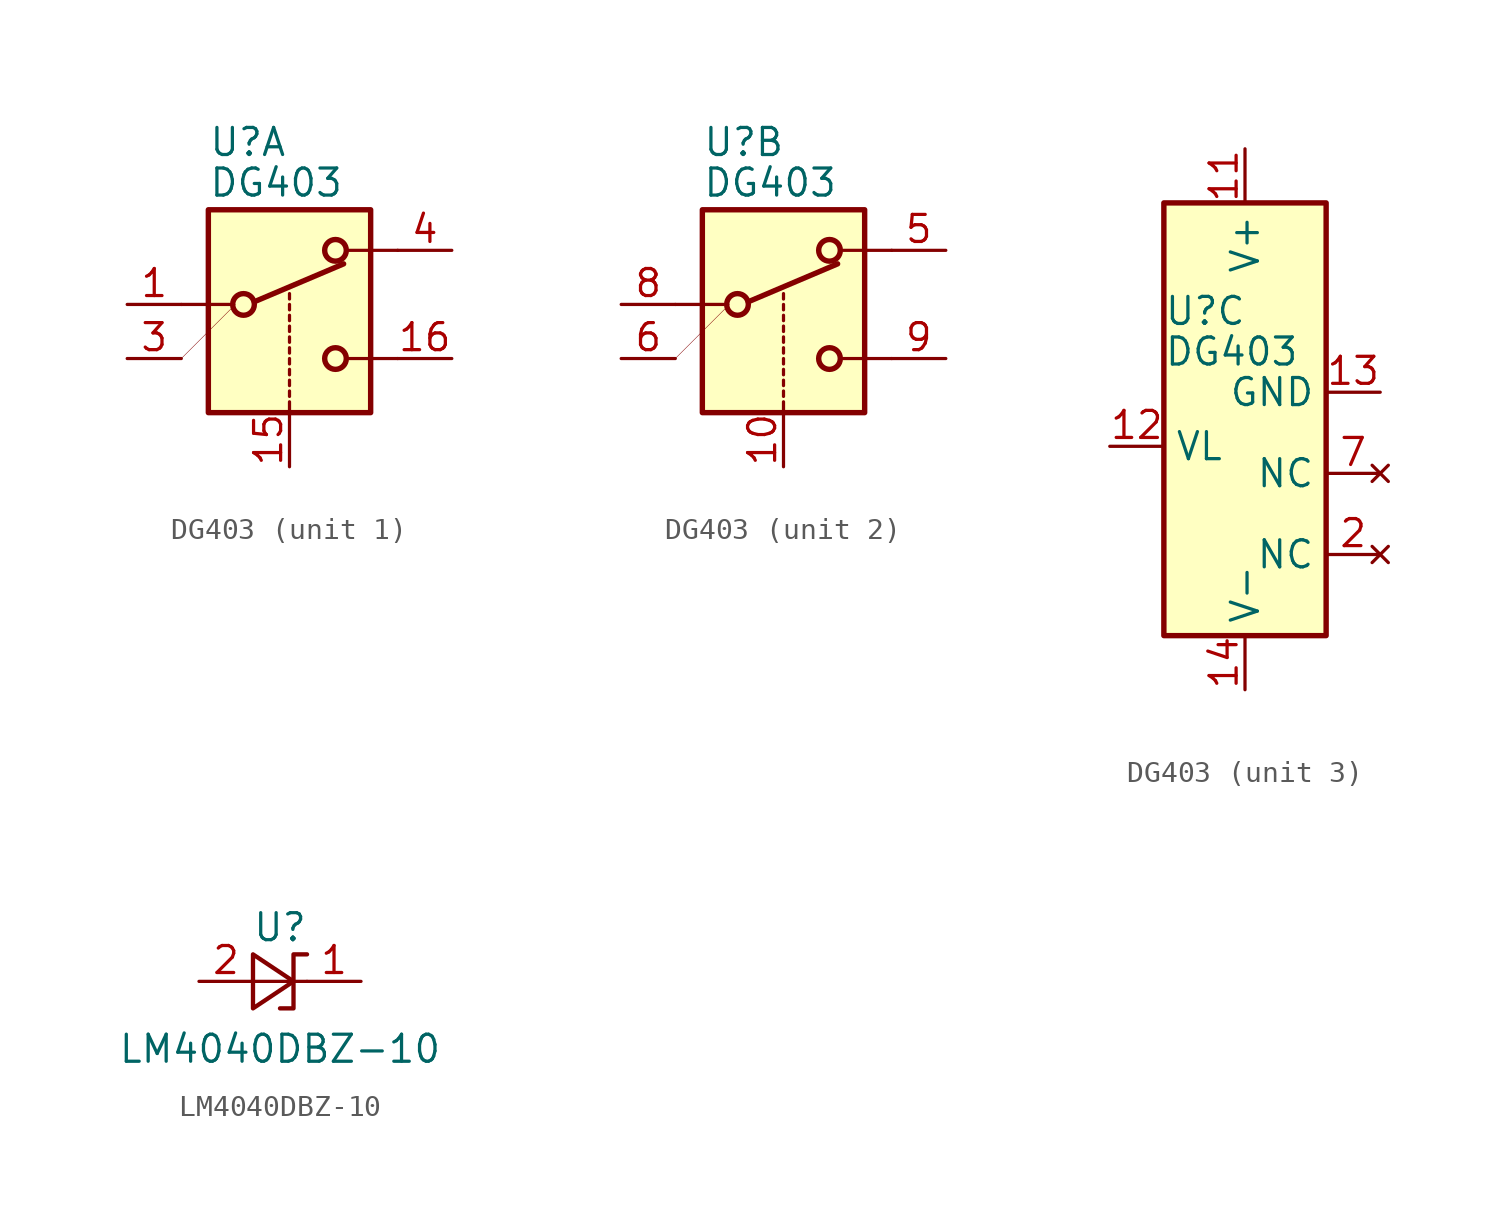
<source format=kicad_sym>
(kicad_symbol_lib
  (version 20201005)
  (generator kicad_symbol_editor)
  (symbol "custom_ic:DG403"
    (property "Reference" "U"
      (at -3.81 5.08 0)
      (effects (font (size 1.27 1.27)) (justify left)))
    (property "Value" "DG403"
      (at -3.81 3.175 0)
      (effects (font (size 1.27 1.27)) (justify left)))
    (property "ki_locked" ""
      (at 0 0 0)
      (effects (font (size 1.27 1.27))))
    (symbol "DG403_1_1"
      (circle (center -2.159 -2.54) (radius 0.508) (stroke (width 0.254)) (fill (type none)))
      (circle (center 2.159 -5.08) (radius 0.508) (stroke (width 0.254)) (fill (type none)))
      (circle (center 2.159 0) (radius 0.508) (stroke (width 0.254)) (fill (type none)))
      (rectangle (start -3.81 1.905) (end 3.81 -7.62) (stroke (width 0.254)) (fill (type background)))
      (polyline (pts (xy -5.08 -2.54) (xy -2.794 -2.54)) (stroke (width 0)) (fill (type none)))
      (polyline (pts (xy -1.651 -2.413) (xy 2.54 -0.635)) (stroke (width 0.254)) (fill (type none)))
      (polyline (pts (xy 0 -7.62) (xy 0 -7.112)) (stroke (width 0)) (fill (type none)))
      (polyline (pts (xy 0 -6.858) (xy 0 -6.604)) (stroke (width 0)) (fill (type none)))
      (polyline (pts (xy 0 -6.35) (xy 0 -6.096)) (stroke (width 0)) (fill (type none)))
      (polyline (pts (xy 0 -5.842) (xy 0 -5.588)) (stroke (width 0)) (fill (type none)))
      (polyline (pts (xy 0 -5.334) (xy 0 -5.08)) (stroke (width 0)) (fill (type none)))
      (polyline (pts (xy 0 -4.826) (xy 0 -4.572)) (stroke (width 0)) (fill (type none)))
      (polyline (pts (xy 0 -4.318) (xy 0 -4.064)) (stroke (width 0)) (fill (type none)))
      (polyline (pts (xy 0 -3.81) (xy 0 -3.556)) (stroke (width 0)) (fill (type none)))
      (polyline (pts (xy 0 -3.302) (xy 0 -3.048)) (stroke (width 0)) (fill (type none)))
      (polyline (pts (xy 0 -2.794) (xy 0 -2.54)) (stroke (width 0)) (fill (type none)))
      (polyline (pts (xy 0 -2.286) (xy 0 -2.032)) (stroke (width 0)) (fill (type none)))
      (polyline (pts (xy 5.08 -5.08) (xy 2.794 -5.08)) (stroke (width 0)) (fill (type none)))
      (polyline (pts (xy 5.08 0) (xy 2.794 0)) (stroke (width 0)) (fill (type none)))
      (polyline (pts (xy -5.08 -5.08) (xy -2.54 -2.54)) (stroke (width 0.001)) (fill (type none)))
      (pin passive line (at 7.62 -5.08 180) (length 2.54) (name "~" (effects (font (size 1.27 1.27)))) (number "16" (effects (font (size 1.27 1.27)))))
      (pin passive line (at -7.62 -2.54 0) (length 2.54) (name "~" (effects (font (size 1.27 1.27)))) (number "1" (effects (font (size 1.27 1.27)))))
      (pin input line (at 0 -10.16 90) (length 2.54) (name "~" (effects (font (size 1.27 1.27)))) (number "15" (effects (font (size 1.27 1.27)))))
      (pin passive line (at 7.62 0 180) (length 2.54) (name "~" (effects (font (size 1.27 1.27)))) (number "4" (effects (font (size 1.27 1.27)))))
      (pin passive line (at -7.62 -5.08 0) (length 2.54) (name "~" (effects (font (size 1.27 1.27)))) (number "3" (effects (font (size 1.27 1.27))))))
    (symbol "DG403_2_1"
      (circle (center -2.159 -2.54) (radius 0.508) (stroke (width 0.254)) (fill (type none)))
      (circle (center 2.159 -5.08) (radius 0.508) (stroke (width 0.254)) (fill (type none)))
      (circle (center 2.159 0) (radius 0.508) (stroke (width 0.254)) (fill (type none)))
      (rectangle (start -3.81 1.905) (end 3.81 -7.62) (stroke (width 0.254)) (fill (type background)))
      (polyline (pts (xy -5.08 -2.54) (xy -2.794 -2.54)) (stroke (width 0)) (fill (type none)))
      (polyline (pts (xy -1.651 -2.413) (xy 2.54 -0.635)) (stroke (width 0.254)) (fill (type none)))
      (polyline (pts (xy 0 -7.62) (xy 0 -7.112)) (stroke (width 0)) (fill (type none)))
      (polyline (pts (xy 0 -6.858) (xy 0 -6.604)) (stroke (width 0)) (fill (type none)))
      (polyline (pts (xy 0 -6.35) (xy 0 -6.096)) (stroke (width 0)) (fill (type none)))
      (polyline (pts (xy 0 -5.842) (xy 0 -5.588)) (stroke (width 0)) (fill (type none)))
      (polyline (pts (xy 0 -5.334) (xy 0 -5.08)) (stroke (width 0)) (fill (type none)))
      (polyline (pts (xy 0 -4.826) (xy 0 -4.572)) (stroke (width 0)) (fill (type none)))
      (polyline (pts (xy 0 -4.318) (xy 0 -4.064)) (stroke (width 0)) (fill (type none)))
      (polyline (pts (xy 0 -3.81) (xy 0 -3.556)) (stroke (width 0)) (fill (type none)))
      (polyline (pts (xy 0 -3.302) (xy 0 -3.048)) (stroke (width 0)) (fill (type none)))
      (polyline (pts (xy 0 -2.794) (xy 0 -2.54)) (stroke (width 0)) (fill (type none)))
      (polyline (pts (xy 0 -2.286) (xy 0 -2.032)) (stroke (width 0)) (fill (type none)))
      (polyline (pts (xy 5.08 -5.08) (xy 2.794 -5.08)) (stroke (width 0)) (fill (type none)))
      (polyline (pts (xy 5.08 0) (xy 2.794 0)) (stroke (width 0)) (fill (type none)))
      (polyline (pts (xy -5.08 -5.08) (xy -2.54 -2.54)) (stroke (width 0.001)) (fill (type none)))
      (pin passive line (at 7.62 -5.08 180) (length 2.54) (name "~" (effects (font (size 1.27 1.27)))) (number "9" (effects (font (size 1.27 1.27)))))
      (pin passive line (at 7.62 0 180) (length 2.54) (name "~" (effects (font (size 1.27 1.27)))) (number "5" (effects (font (size 1.27 1.27)))))
      (pin input line (at 0 -10.16 90) (length 2.54) (name "~" (effects (font (size 1.27 1.27)))) (number "10" (effects (font (size 1.27 1.27)))))
      (pin passive line (at -7.62 -2.54 0) (length 2.54) (name "~" (effects (font (size 1.27 1.27)))) (number "8" (effects (font (size 1.27 1.27)))))
      (pin passive line (at -7.62 -5.08 0) (length 2.54) (name "~" (effects (font (size 1.27 1.27)))) (number "6" (effects (font (size 1.27 1.27))))))
    (symbol "DG403_3_1"
      (rectangle (start -3.81 10.16) (end 3.81 -10.16) (stroke (width 0.254)) (fill (type background)))
      (pin power_in line (at 0 12.7 270) (length 2.54) (name "V+" (effects (font (size 1.27 1.27)))) (number "11" (effects (font (size 1.27 1.27)))))
      (pin power_in line (at 0 -12.7 90) (length 2.54) (name "V-" (effects (font (size 1.27 1.27)))) (number "14" (effects (font (size 1.27 1.27)))))
      (pin power_in line (at 6.35 1.27 180) (length 2.54) (name "GND" (effects (font (size 1.27 1.27)))) (number "13" (effects (font (size 1.27 1.27)))))
      (pin power_in line (at -6.35 -1.27 0) (length 2.54) (name "VL" (effects (font (size 1.27 1.27)))) (number "12" (effects (font (size 1.27 1.27)))))
      (pin unconnected line (at 6.35 -6.35 180) (length 2.54) (name "NC" (effects (font (size 1.27 1.27)))) (number "2" (effects (font (size 1.27 1.27)))))
      (pin unconnected line (at 6.35 -2.54 180) (length 2.54) (name "NC" (effects (font (size 1.27 1.27)))) (number "7" (effects (font (size 1.27 1.27)))))))
  (symbol "custom_ic:LM4040DBZ-10"
    (pin_names
      (offset 0.025) hide)
    (property "Reference" "U"
      (at 0 2.54 0)
      (effects (font (size 1.27 1.27))))
    (property "Value" "LM4040DBZ-10"
      (at 0 -3.175 0)
      (effects (font (size 1.27 1.27))))
    (symbol "LM4040DBZ-10_0_1"
      (polyline (pts (xy -1.27 0) (xy 0 0) (xy 1.27 0)) (stroke (width 0)) (fill (type none)))
      (polyline (pts (xy -1.27 -1.27) (xy 0.635 0) (xy -1.27 1.27) (xy -1.27 -1.27)) (stroke (width 0.203)) (fill (type none)))
      (polyline (pts (xy 0 -1.27) (xy 0.635 -1.27) (xy 0.635 1.27) (xy 1.27 1.27)) (stroke (width 0.203)) (fill (type none))))
    (symbol "LM4040DBZ-10_1_1"
      (pin passive line (at 3.81 0 180) (length 2.54) (name "K" (effects (font (size 1.27 1.27)))) (number "1" (effects (font (size 1.27 1.27)))))
      (pin passive line (at -3.81 0 0) (length 2.54) (name "A" (effects (font (size 1.27 1.27)))) (number "2" (effects (font (size 1.27 1.27))))))))
</source>
